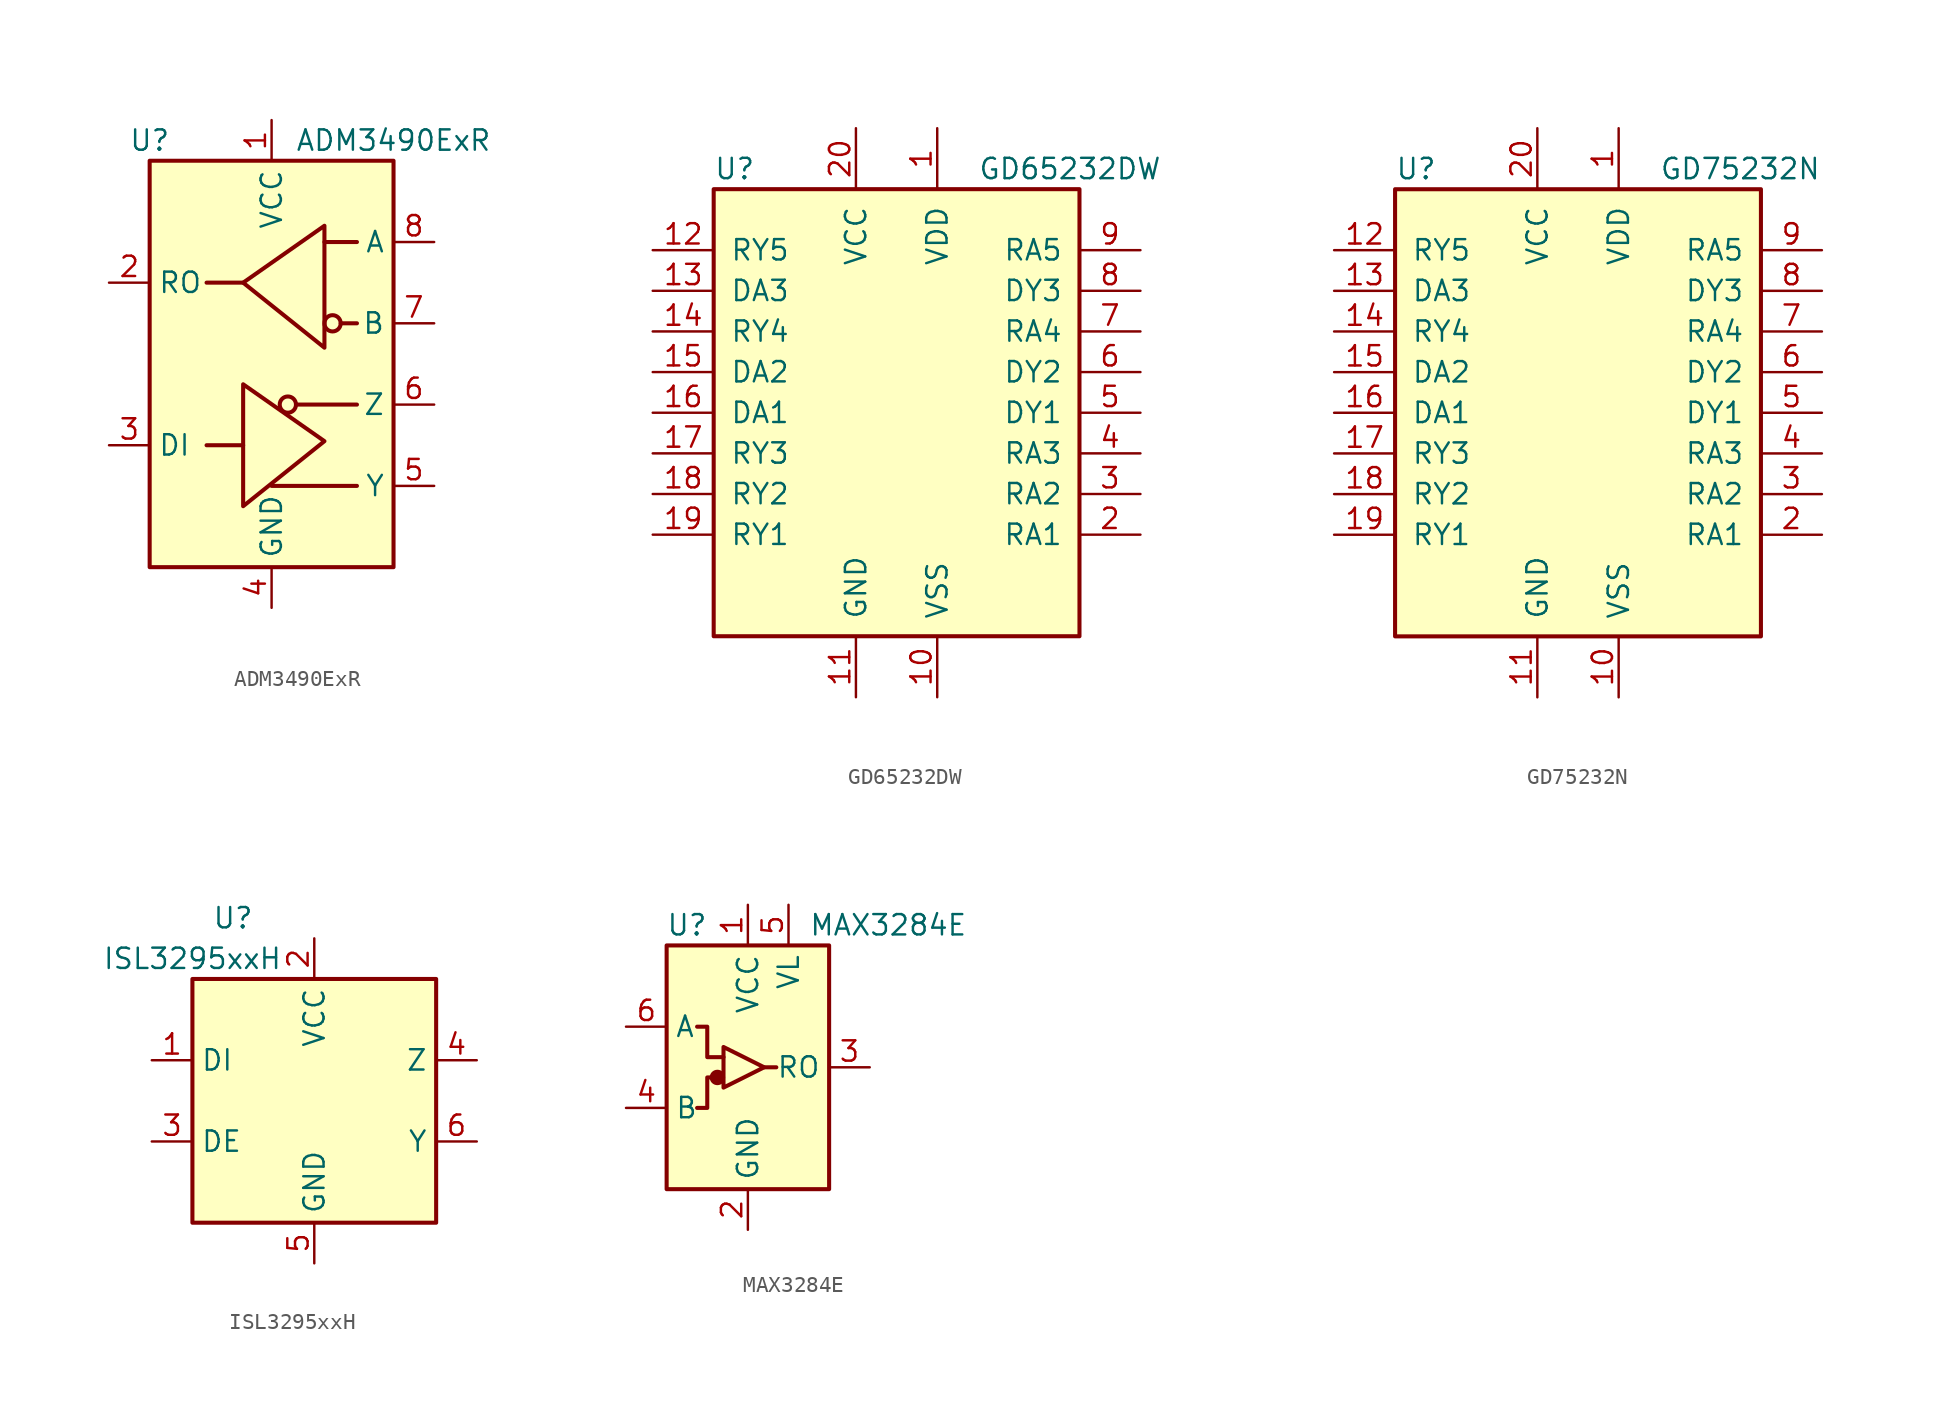
<source format=kicad_sym>
(kicad_symbol_lib
  (version 20201005)
  (generator kicad_symbol_editor)
  (symbol "ADM3490ExR"
    (property "Reference" "U"
      (at -7.62 13.97 0)
      (effects (font (size 1.27 1.27))))
    (property "Value" "ADM3490ExR"
      (at 7.62 13.97 0)
      (effects (font (size 1.27 1.27))))
    (symbol "ADM3490ExR_0_1"
      (circle (center 1.016 -2.54) (radius 0.508) (stroke (width 0.254)) (fill (type none)))
      (rectangle (start -7.62 12.7) (end 7.62 -12.7) (stroke (width 0.254)) (fill (type background)))
      (polyline (pts (xy -1.778 -5.08) (xy -4.064 -5.08)) (stroke (width 0.254)) (fill (type none)))
      (polyline (pts (xy -1.778 5.08) (xy -4.064 5.08)) (stroke (width 0.254)) (fill (type none)))
      (polyline (pts (xy 0 -7.62) (xy 5.334 -7.62)) (stroke (width 0.254)) (fill (type none)))
      (polyline (pts (xy 1.524 -2.54) (xy 5.334 -2.54)) (stroke (width 0.254)) (fill (type none)))
      (polyline (pts (xy 3.302 7.62) (xy 5.334 7.62)) (stroke (width 0.254)) (fill (type none)))
      (polyline (pts (xy 4.318 2.54) (xy 5.334 2.54)) (stroke (width 0.254)) (fill (type none)))
      (polyline (pts (xy -1.778 -5.08) (xy -1.778 -1.27) (xy 3.302 -4.826) (xy -1.778 -8.89) (xy -1.778 -5.08)) (stroke (width 0.254)) (fill (type none))))
    (symbol "ADM3490ExR_1_1"
      (circle (center 3.81 2.54) (radius 0.508) (stroke (width 0.254)) (fill (type none)))
      (polyline (pts (xy 3.302 4.826) (xy 3.302 8.636) (xy -1.778 5.08) (xy 3.302 1.016) (xy 3.302 4.826)) (stroke (width 0.254)) (fill (type none)))
      (pin power_in line (at 0 15.24 270) (length 2.54) (name "VCC" (effects (font (size 1.27 1.27)))) (number "1" (effects (font (size 1.27 1.27)))))
      (pin output line (at -10.16 5.08 0) (length 2.54) (name "RO" (effects (font (size 1.27 1.27)))) (number "2" (effects (font (size 1.27 1.27)))))
      (pin input line (at -10.16 -5.08 0) (length 2.54) (name "DI" (effects (font (size 1.27 1.27)))) (number "3" (effects (font (size 1.27 1.27)))))
      (pin power_in line (at 0 -15.24 90) (length 2.54) (name "GND" (effects (font (size 1.27 1.27)))) (number "4" (effects (font (size 1.27 1.27)))))
      (pin output line (at 10.16 -7.62 180) (length 2.54) (name "Y" (effects (font (size 1.27 1.27)))) (number "5" (effects (font (size 1.27 1.27)))))
      (pin output line (at 10.16 -2.54 180) (length 2.54) (name "Z" (effects (font (size 1.27 1.27)))) (number "6" (effects (font (size 1.27 1.27)))))
      (pin input line (at 10.16 2.54 180) (length 2.54) (name "B" (effects (font (size 1.27 1.27)))) (number "7" (effects (font (size 1.27 1.27)))))
      (pin input line (at 10.16 7.62 180) (length 2.54) (name "A" (effects (font (size 1.27 1.27)))) (number "8" (effects (font (size 1.27 1.27)))))))
  (symbol "GD65232DW"
    (pin_names
      (offset 1.016))
    (property "Reference" "U"
      (at -11.43 15.24 0)
      (effects (font (size 1.27 1.27)) (justify left)))
    (property "Value" "GD65232DW"
      (at 5.08 15.24 0)
      (effects (font (size 1.27 1.27)) (justify left)))
    (symbol "GD65232DW_0_1"
      (rectangle (start -11.43 13.97) (end 11.43 -13.97) (stroke (width 0.254)) (fill (type background))))
    (symbol "GD65232DW_1_1"
      (pin power_in line (at 2.54 17.78 270) (length 3.81) (name "VDD" (effects (font (size 1.27 1.27)))) (number "1" (effects (font (size 1.27 1.27)))))
      (pin power_in line (at 2.54 -17.78 90) (length 3.81) (name "VSS" (effects (font (size 1.27 1.27)))) (number "10" (effects (font (size 1.27 1.27)))))
      (pin power_in line (at -2.54 -17.78 90) (length 3.81) (name "GND" (effects (font (size 1.27 1.27)))) (number "11" (effects (font (size 1.27 1.27)))))
      (pin output line (at -15.24 10.16 0) (length 3.81) (name "RY5" (effects (font (size 1.27 1.27)))) (number "12" (effects (font (size 1.27 1.27)))))
      (pin input line (at -15.24 7.62 0) (length 3.81) (name "DA3" (effects (font (size 1.27 1.27)))) (number "13" (effects (font (size 1.27 1.27)))))
      (pin output line (at -15.24 5.08 0) (length 3.81) (name "RY4" (effects (font (size 1.27 1.27)))) (number "14" (effects (font (size 1.27 1.27)))))
      (pin input line (at -15.24 2.54 0) (length 3.81) (name "DA2" (effects (font (size 1.27 1.27)))) (number "15" (effects (font (size 1.27 1.27)))))
      (pin input line (at -15.24 0 0) (length 3.81) (name "DA1" (effects (font (size 1.27 1.27)))) (number "16" (effects (font (size 1.27 1.27)))))
      (pin output line (at -15.24 -2.54 0) (length 3.81) (name "RY3" (effects (font (size 1.27 1.27)))) (number "17" (effects (font (size 1.27 1.27)))))
      (pin output line (at -15.24 -5.08 0) (length 3.81) (name "RY2" (effects (font (size 1.27 1.27)))) (number "18" (effects (font (size 1.27 1.27)))))
      (pin output line (at -15.24 -7.62 0) (length 3.81) (name "RY1" (effects (font (size 1.27 1.27)))) (number "19" (effects (font (size 1.27 1.27)))))
      (pin input line (at 15.24 -7.62 180) (length 3.81) (name "RA1" (effects (font (size 1.27 1.27)))) (number "2" (effects (font (size 1.27 1.27)))))
      (pin power_in line (at -2.54 17.78 270) (length 3.81) (name "VCC" (effects (font (size 1.27 1.27)))) (number "20" (effects (font (size 1.27 1.27)))))
      (pin input line (at 15.24 -5.08 180) (length 3.81) (name "RA2" (effects (font (size 1.27 1.27)))) (number "3" (effects (font (size 1.27 1.27)))))
      (pin input line (at 15.24 -2.54 180) (length 3.81) (name "RA3" (effects (font (size 1.27 1.27)))) (number "4" (effects (font (size 1.27 1.27)))))
      (pin output line (at 15.24 0 180) (length 3.81) (name "DY1" (effects (font (size 1.27 1.27)))) (number "5" (effects (font (size 1.27 1.27)))))
      (pin output line (at 15.24 2.54 180) (length 3.81) (name "DY2" (effects (font (size 1.27 1.27)))) (number "6" (effects (font (size 1.27 1.27)))))
      (pin input line (at 15.24 5.08 180) (length 3.81) (name "RA4" (effects (font (size 1.27 1.27)))) (number "7" (effects (font (size 1.27 1.27)))))
      (pin output line (at 15.24 7.62 180) (length 3.81) (name "DY3" (effects (font (size 1.27 1.27)))) (number "8" (effects (font (size 1.27 1.27)))))
      (pin input line (at 15.24 10.16 180) (length 3.81) (name "RA5" (effects (font (size 1.27 1.27)))) (number "9" (effects (font (size 1.27 1.27)))))))
  (symbol "GD75232N"
    (pin_names
      (offset 1.016))
    (property "Reference" "U"
      (at -11.43 15.24 0)
      (effects (font (size 1.27 1.27)) (justify left)))
    (property "Value" "GD75232N"
      (at 5.08 15.24 0)
      (effects (font (size 1.27 1.27)) (justify left)))
    (symbol "GD75232N_0_1"
      (rectangle (start -11.43 13.97) (end 11.43 -13.97) (stroke (width 0.254)) (fill (type background))))
    (symbol "GD75232N_1_1"
      (pin power_in line (at 2.54 17.78 270) (length 3.81) (name "VDD" (effects (font (size 1.27 1.27)))) (number "1" (effects (font (size 1.27 1.27)))))
      (pin power_in line (at 2.54 -17.78 90) (length 3.81) (name "VSS" (effects (font (size 1.27 1.27)))) (number "10" (effects (font (size 1.27 1.27)))))
      (pin power_in line (at -2.54 -17.78 90) (length 3.81) (name "GND" (effects (font (size 1.27 1.27)))) (number "11" (effects (font (size 1.27 1.27)))))
      (pin output line (at -15.24 10.16 0) (length 3.81) (name "RY5" (effects (font (size 1.27 1.27)))) (number "12" (effects (font (size 1.27 1.27)))))
      (pin input line (at -15.24 7.62 0) (length 3.81) (name "DA3" (effects (font (size 1.27 1.27)))) (number "13" (effects (font (size 1.27 1.27)))))
      (pin output line (at -15.24 5.08 0) (length 3.81) (name "RY4" (effects (font (size 1.27 1.27)))) (number "14" (effects (font (size 1.27 1.27)))))
      (pin input line (at -15.24 2.54 0) (length 3.81) (name "DA2" (effects (font (size 1.27 1.27)))) (number "15" (effects (font (size 1.27 1.27)))))
      (pin input line (at -15.24 0 0) (length 3.81) (name "DA1" (effects (font (size 1.27 1.27)))) (number "16" (effects (font (size 1.27 1.27)))))
      (pin output line (at -15.24 -2.54 0) (length 3.81) (name "RY3" (effects (font (size 1.27 1.27)))) (number "17" (effects (font (size 1.27 1.27)))))
      (pin output line (at -15.24 -5.08 0) (length 3.81) (name "RY2" (effects (font (size 1.27 1.27)))) (number "18" (effects (font (size 1.27 1.27)))))
      (pin output line (at -15.24 -7.62 0) (length 3.81) (name "RY1" (effects (font (size 1.27 1.27)))) (number "19" (effects (font (size 1.27 1.27)))))
      (pin input line (at 15.24 -7.62 180) (length 3.81) (name "RA1" (effects (font (size 1.27 1.27)))) (number "2" (effects (font (size 1.27 1.27)))))
      (pin power_in line (at -2.54 17.78 270) (length 3.81) (name "VCC" (effects (font (size 1.27 1.27)))) (number "20" (effects (font (size 1.27 1.27)))))
      (pin input line (at 15.24 -5.08 180) (length 3.81) (name "RA2" (effects (font (size 1.27 1.27)))) (number "3" (effects (font (size 1.27 1.27)))))
      (pin input line (at 15.24 -2.54 180) (length 3.81) (name "RA3" (effects (font (size 1.27 1.27)))) (number "4" (effects (font (size 1.27 1.27)))))
      (pin output line (at 15.24 0 180) (length 3.81) (name "DY1" (effects (font (size 1.27 1.27)))) (number "5" (effects (font (size 1.27 1.27)))))
      (pin output line (at 15.24 2.54 180) (length 3.81) (name "DY2" (effects (font (size 1.27 1.27)))) (number "6" (effects (font (size 1.27 1.27)))))
      (pin input line (at 15.24 5.08 180) (length 3.81) (name "RA4" (effects (font (size 1.27 1.27)))) (number "7" (effects (font (size 1.27 1.27)))))
      (pin output line (at 15.24 7.62 180) (length 3.81) (name "DY3" (effects (font (size 1.27 1.27)))) (number "8" (effects (font (size 1.27 1.27)))))
      (pin input line (at 15.24 10.16 180) (length 3.81) (name "RA5" (effects (font (size 1.27 1.27)))) (number "9" (effects (font (size 1.27 1.27)))))))
  (symbol "ISL3295xxH"
    (property "Reference" "U"
      (at -5.08 11.43 0)
      (effects (font (size 1.27 1.27))))
    (property "Value" "ISL3295xxH"
      (at -7.62 8.89 0)
      (effects (font (size 1.27 1.27))))
    (symbol "ISL3295xxH_0_1"
      (polyline (pts (xy -7.62 7.62) (xy 7.62 7.62) (xy 7.62 -7.62) (xy -7.62 -7.62) (xy -7.62 7.62)) (stroke (width 0.254)) (fill (type background))))
    (symbol "ISL3295xxH_1_1"
      (pin input line (at -10.16 2.54 0) (length 2.54) (name "DI" (effects (font (size 1.27 1.27)))) (number "1" (effects (font (size 1.27 1.27)))))
      (pin power_in line (at 0 10.16 270) (length 2.54) (name "VCC" (effects (font (size 1.27 1.27)))) (number "2" (effects (font (size 1.27 1.27)))))
      (pin input line (at -10.16 -2.54 0) (length 2.54) (name "DE" (effects (font (size 1.27 1.27)))) (number "3" (effects (font (size 1.27 1.27)))))
      (pin output line (at 10.16 2.54 180) (length 2.54) (name "Z" (effects (font (size 1.27 1.27)))) (number "4" (effects (font (size 1.27 1.27)))))
      (pin power_in line (at 0 -10.16 90) (length 2.54) (name "GND" (effects (font (size 1.27 1.27)))) (number "5" (effects (font (size 1.27 1.27)))))
      (pin output line (at 10.16 -2.54 180) (length 2.54) (name "Y" (effects (font (size 1.27 1.27)))) (number "6" (effects (font (size 1.27 1.27)))))))
  (symbol "MAX3284E"
    (property "Reference" "U"
      (at -3.81 8.89 0)
      (effects (font (size 1.27 1.27))))
    (property "Value" "MAX3284E"
      (at 3.81 8.89 0)
      (effects (font (size 1.27 1.27)) (justify left)))
    (symbol "MAX3284E_0_1"
      (circle (center -1.905 -0.635) (radius 0.356) (stroke (width 0.254)) (fill (type outline)))
      (rectangle (start -1.524 0.635) (end -1.524 0.635) (stroke (width 0)) (fill (type none)))
      (rectangle (start -5.08 7.62) (end 5.08 -7.62) (stroke (width 0.254)) (fill (type background)))
      (polyline (pts (xy 1.778 0) (xy 1.016 0)) (stroke (width 0.254)) (fill (type none)))
      (polyline (pts (xy -1.905 -0.635) (xy -2.54 -0.635) (xy -2.54 -2.54) (xy -3.175 -2.54)) (stroke (width 0.254)) (fill (type none)))
      (polyline (pts (xy -1.524 0.635) (xy -2.54 0.635) (xy -2.54 2.54) (xy -3.175 2.54)) (stroke (width 0.254)) (fill (type none)))
      (polyline (pts (xy 1.016 0) (xy -1.524 1.27) (xy -1.524 -1.27) (xy 1.016 0)) (stroke (width 0.254)) (fill (type none))))
    (symbol "MAX3284E_1_1"
      (pin power_in line (at 0 10.16 270) (length 2.54) (name "VCC" (effects (font (size 1.27 1.27)))) (number "1" (effects (font (size 1.27 1.27)))))
      (pin power_in line (at 0 -10.16 90) (length 2.54) (name "GND" (effects (font (size 1.27 1.27)))) (number "2" (effects (font (size 1.27 1.27)))))
      (pin output line (at 7.62 0 180) (length 2.54) (name "RO" (effects (font (size 1.27 1.27)))) (number "3" (effects (font (size 1.27 1.27)))))
      (pin input line (at -7.62 -2.54 0) (length 2.54) (name "B" (effects (font (size 1.27 1.27)))) (number "4" (effects (font (size 1.27 1.27)))))
      (pin power_in line (at 2.54 10.16 270) (length 2.54) (name "VL" (effects (font (size 1.27 1.27)))) (number "5" (effects (font (size 1.27 1.27)))))
      (pin input line (at -7.62 2.54 0) (length 2.54) (name "A" (effects (font (size 1.27 1.27)))) (number "6" (effects (font (size 1.27 1.27))))))))
</source>
